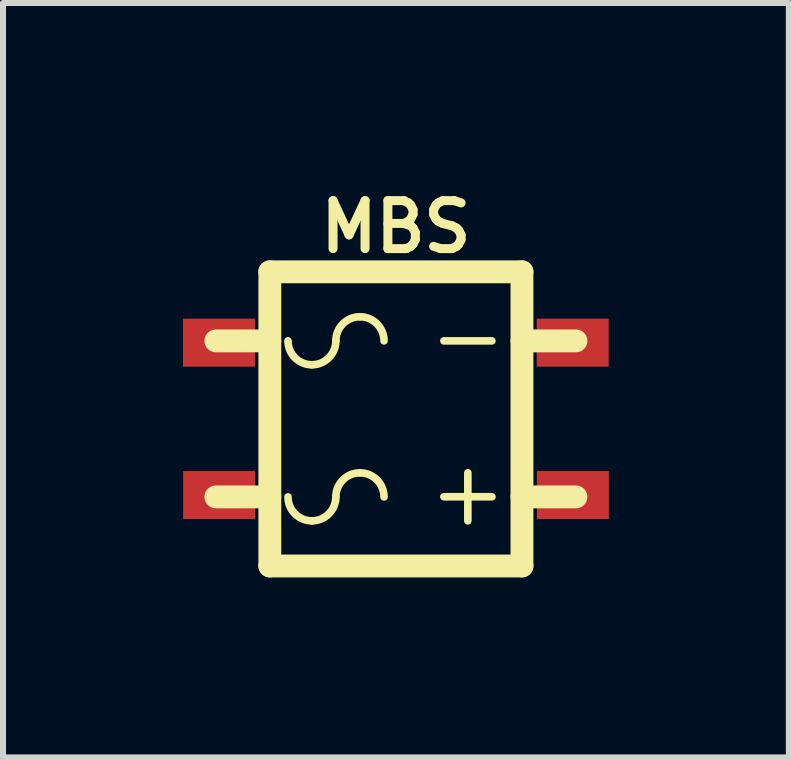
<source format=kicad_pcb>
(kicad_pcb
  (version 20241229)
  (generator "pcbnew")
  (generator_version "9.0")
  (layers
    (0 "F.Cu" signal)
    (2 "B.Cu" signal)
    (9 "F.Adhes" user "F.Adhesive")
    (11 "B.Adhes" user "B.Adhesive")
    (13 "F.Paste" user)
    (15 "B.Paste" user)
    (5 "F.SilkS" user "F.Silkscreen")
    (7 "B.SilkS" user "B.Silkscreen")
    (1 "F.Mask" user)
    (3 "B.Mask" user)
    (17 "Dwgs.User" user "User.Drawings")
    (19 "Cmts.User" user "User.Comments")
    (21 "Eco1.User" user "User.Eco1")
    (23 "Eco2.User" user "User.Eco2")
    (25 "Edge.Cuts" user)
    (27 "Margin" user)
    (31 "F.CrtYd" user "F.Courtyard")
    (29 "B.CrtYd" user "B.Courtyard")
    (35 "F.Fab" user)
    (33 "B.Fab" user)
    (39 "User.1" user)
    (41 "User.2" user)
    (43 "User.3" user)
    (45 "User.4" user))
  (footprint "MBS"
    (layer "F.Cu")
    (at 3.548 3.931)
    (property "Reference" "MBS" (at 0 -3.2 0) (layer "F.SilkS") (effects (font (size 0.8 0.8) (thickness 0.15))))
    (attr smd)
    (fp_line (start -2.101 -2.451) (end -2.101 2.451) (stroke (width 0.381) (type solid)) (layer "F.SilkS"))
    (fp_line (start -2.101 -1.3) (end -3 -1.3) (stroke (width 0.381) (type solid)) (layer "F.SilkS"))
    (fp_line (start -2.101 1.3) (end -3 1.3) (stroke (width 0.381) (type solid)) (layer "F.SilkS"))
    (fp_line (start -2.101 2.451) (end 2.101 2.451) (stroke (width 0.381) (type solid)) (layer "F.SilkS"))
    (fp_line (start 1.199 0.899) (end 1.199 1.699) (stroke (width 0.127) (type solid)) (layer "F.SilkS"))
    (fp_line (start 1.6 -1.3) (end 0.8 -1.3) (stroke (width 0.127) (type solid)) (layer "F.SilkS"))
    (fp_line (start 1.6 1.298) (end 0.8 1.298) (stroke (width 0.127) (type solid)) (layer "F.SilkS"))
    (fp_line (start 2.101 -2.451) (end -2.101 -2.451) (stroke (width 0.381) (type solid)) (layer "F.SilkS"))
    (fp_line (start 2.101 -1.3) (end 3 -1.3) (stroke (width 0.381) (type solid)) (layer "F.SilkS"))
    (fp_line (start 2.101 1.3) (end 3 1.3) (stroke (width 0.381) (type solid)) (layer "F.SilkS"))
    (fp_line (start 2.101 2.451) (end 2.101 -2.451) (stroke (width 0.381) (type solid)) (layer "F.SilkS"))
    (fp_arc (start -1.39954 -0.9017) (mid -1.68152 -1.0185) (end -1.79832 -1.30048) (stroke (width 0.127) (type solid)) (layer "F.SilkS"))
    (fp_arc (start -1.39954 1.69926) (mid -1.68152 1.58246) (end -1.79832 1.30048) (stroke (width 0.127) (type solid)) (layer "F.SilkS"))
    (fp_arc (start -1.00076 -1.30048) (mid -1.11756 -1.0185) (end -1.39954 -0.9017) (stroke (width 0.127) (type solid)) (layer "F.SilkS"))
    (fp_arc (start -1.00076 -1.30048) (mid -0.883216 -1.584256) (end -0.59944 -1.7018) (stroke (width 0.127) (type solid)) (layer "F.SilkS"))
    (fp_arc (start -1.00076 1.30048) (mid -1.11756 1.58246) (end -1.39954 1.69926) (stroke (width 0.127) (type solid)) (layer "F.SilkS"))
    (fp_arc (start -1.00076 1.30048) (mid -0.883216 1.016704) (end -0.59944 0.89916) (stroke (width 0.127) (type solid)) (layer "F.SilkS"))
    (fp_arc (start -0.59944 -1.7018) (mid -0.315664 -1.584256) (end -0.19812 -1.30048) (stroke (width 0.127) (type solid)) (layer "F.SilkS"))
    (fp_arc (start -0.59944 0.89916) (mid -0.315664 1.016704) (end -0.19812 1.30048) (stroke (width 0.127) (type solid)) (layer "F.SilkS"))
    (pad "1" smd rect (at 2.949 1.27) (size 1.199 0.8) (layers "F.Cu" "F.Mask" "F.Paste"))
    (pad "2" smd rect (at -2.949 -1.27) (size 1.199 0.8) (layers "F.Cu" "F.Mask" "F.Paste"))
    (pad "3" smd rect (at -2.946 1.27) (size 1.199 0.8) (layers "F.Cu" "F.Mask" "F.Paste"))
    (pad "4" smd rect (at 2.946 -1.27) (size 1.199 0.8) (layers "F.Cu" "F.Mask" "F.Paste")))
  (gr_rect
    (start -3 -3)
    (end 10.097 9.573)
    (stroke (width 0.1) (type default))
    (fill no)
    (layer "Edge.Cuts")))
</source>
